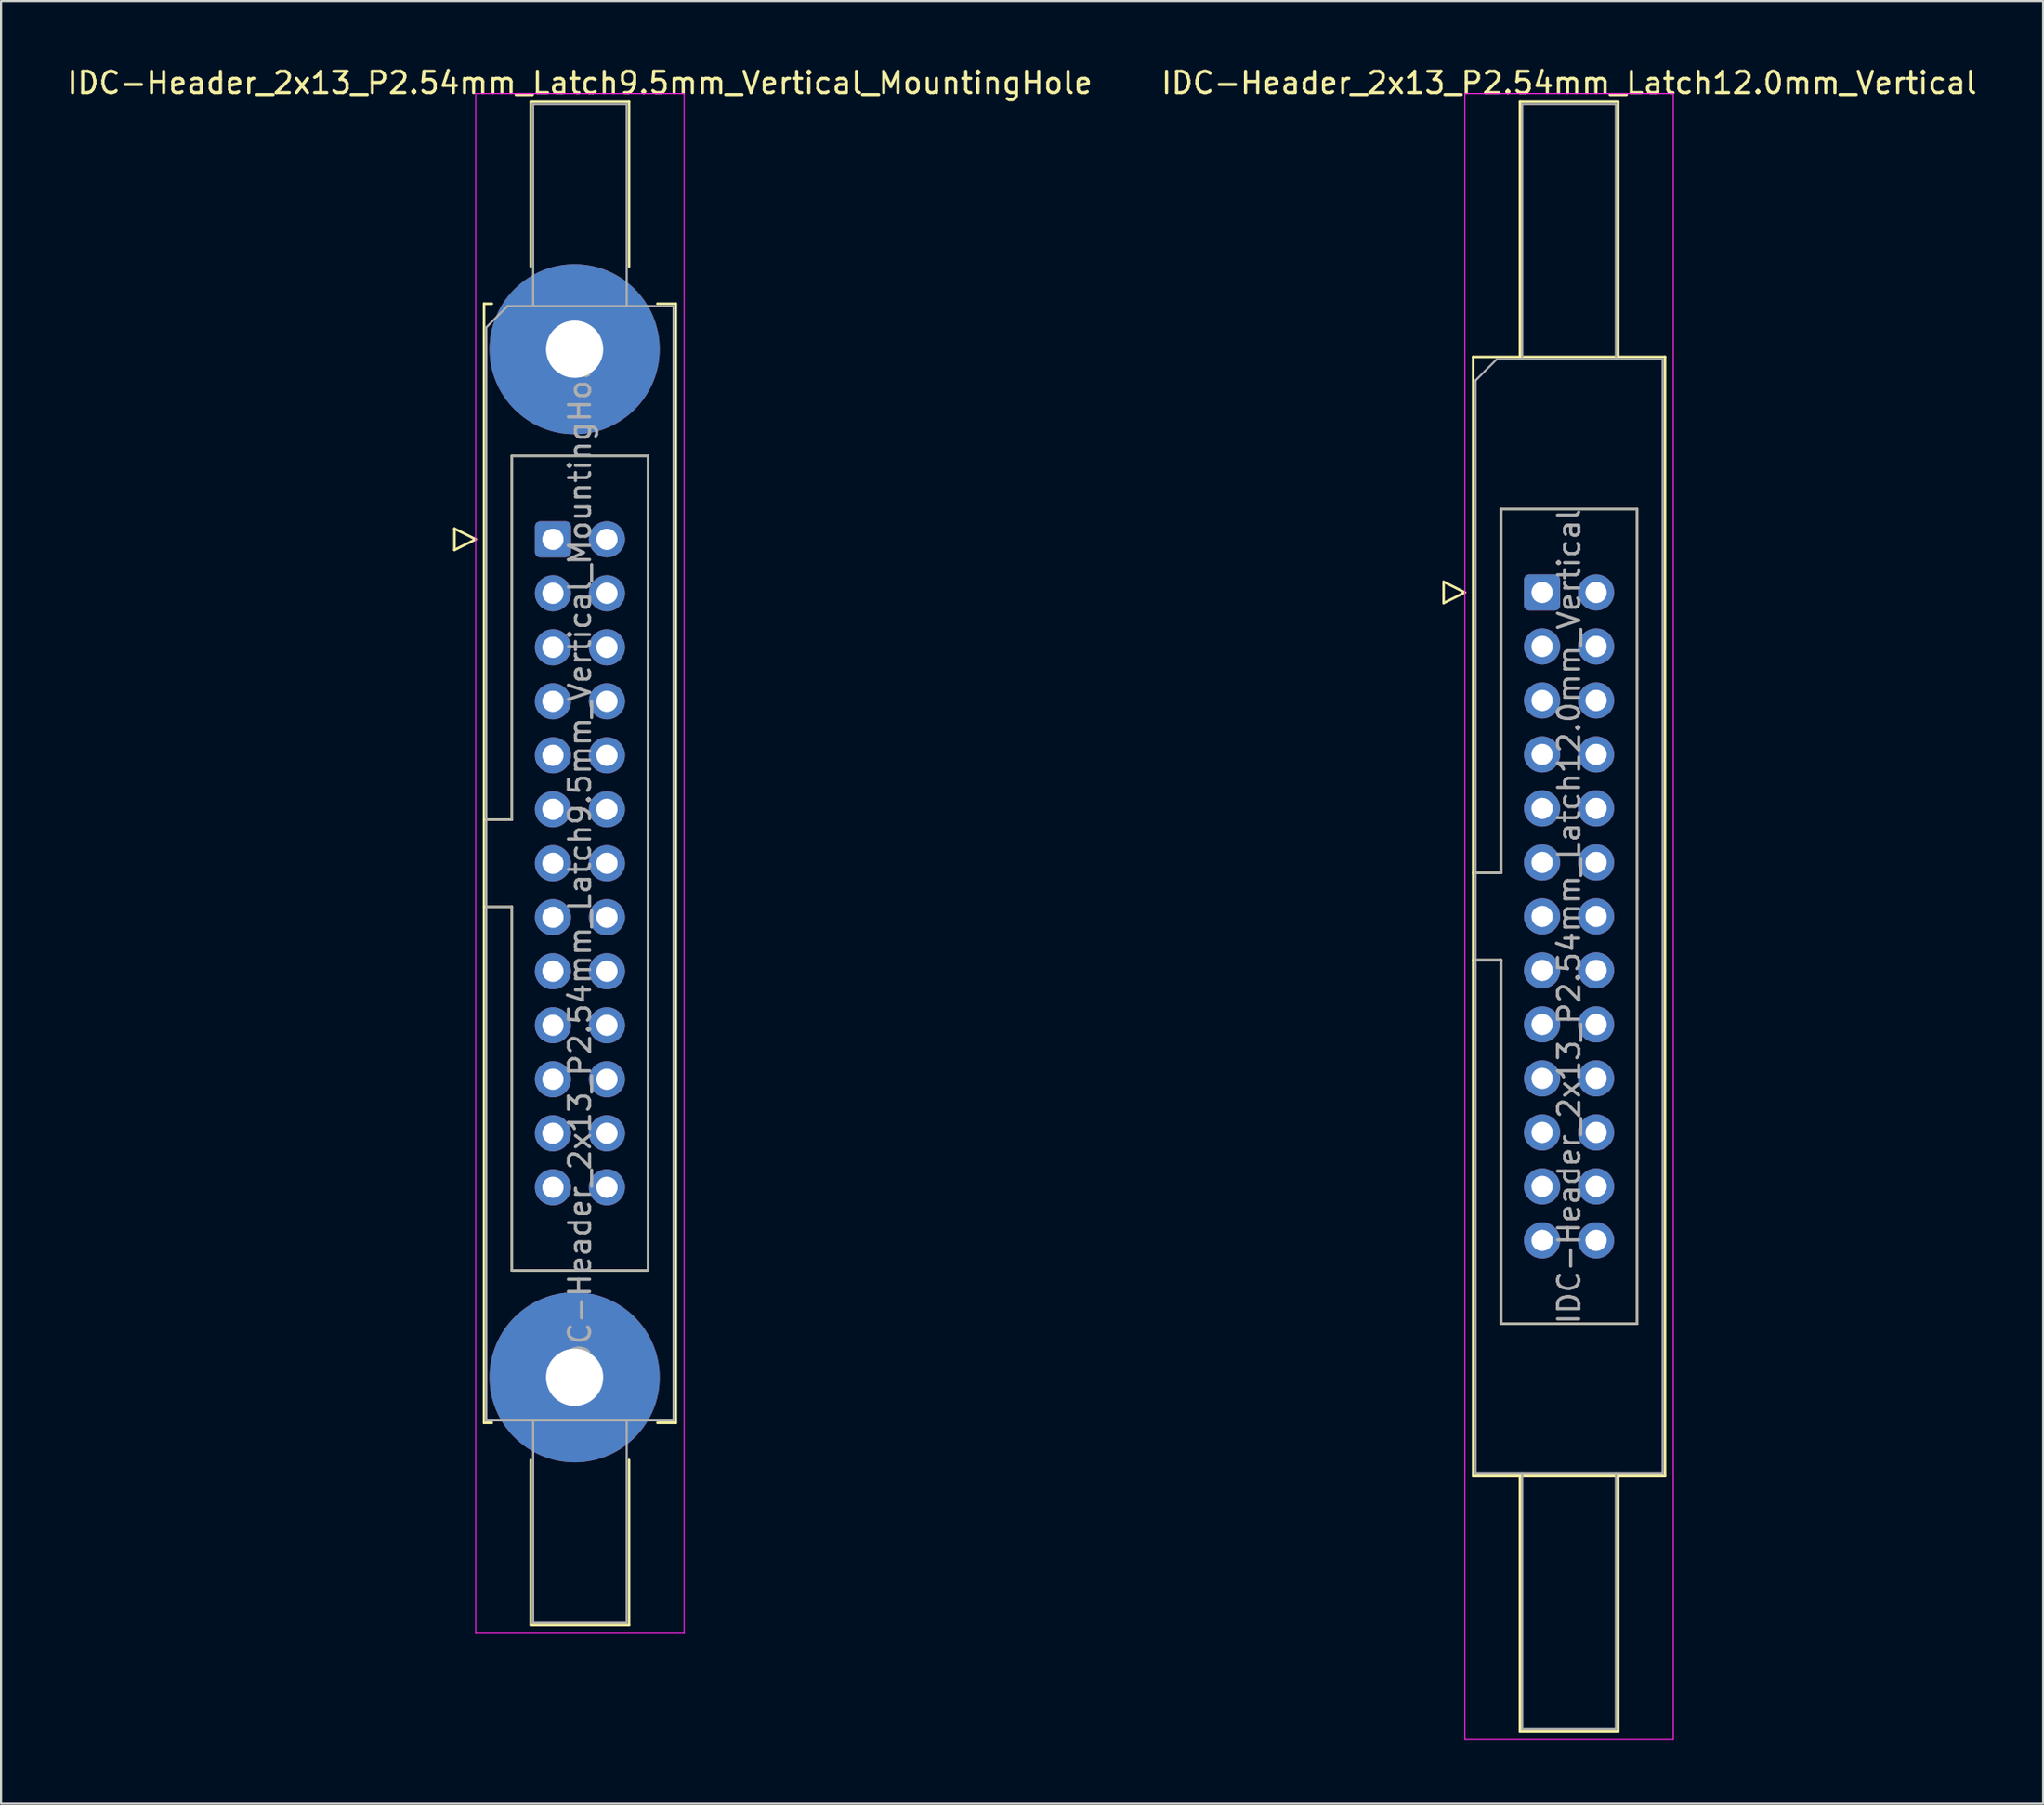
<source format=kicad_pcb>
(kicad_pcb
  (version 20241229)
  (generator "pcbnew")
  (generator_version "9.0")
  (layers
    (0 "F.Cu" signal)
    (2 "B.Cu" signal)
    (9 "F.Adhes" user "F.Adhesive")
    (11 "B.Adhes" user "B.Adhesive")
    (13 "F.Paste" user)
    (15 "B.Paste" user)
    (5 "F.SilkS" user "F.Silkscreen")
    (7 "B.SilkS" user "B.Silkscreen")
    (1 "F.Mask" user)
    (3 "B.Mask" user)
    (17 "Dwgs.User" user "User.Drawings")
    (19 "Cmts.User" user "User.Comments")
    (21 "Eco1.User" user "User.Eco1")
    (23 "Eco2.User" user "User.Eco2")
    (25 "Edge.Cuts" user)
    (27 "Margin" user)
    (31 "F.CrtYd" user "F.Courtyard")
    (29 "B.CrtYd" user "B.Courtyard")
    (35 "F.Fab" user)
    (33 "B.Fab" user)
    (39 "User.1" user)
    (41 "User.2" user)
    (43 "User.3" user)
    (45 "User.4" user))
  (footprint "IDC-Header_2x13_P2.54mm_Latch9.5mm_Vertical_MountingHole"
    (layer "F.Cu")
    (at 22.95 22.318)
    (property "Reference" "IDC-Header_2x13_P2.54mm_Latch9.5mm_Vertical_MountingHole" (at 1.27 -21.47 0) (layer "F.SilkS") (effects (font (size 1 1) (thickness 0.15))))
    (attr through_hole)
    (fp_line (start -4.63 -0.5) (end -4.63 0.5) (stroke (width 0.12) (type solid)) (layer "F.SilkS"))
    (fp_line (start -4.63 0.5) (end -3.63 0) (stroke (width 0.12) (type solid)) (layer "F.SilkS"))
    (fp_line (start -3.63 0) (end -4.63 -0.5) (stroke (width 0.12) (type solid)) (layer "F.SilkS"))
    (fp_line (start -3.24 -11.08) (end -3.24 41.56) (stroke (width 0.12) (type solid)) (layer "F.SilkS"))
    (fp_line (start -3.24 13.19) (end -1.93 13.19) (stroke (width 0.12) (type solid)) (layer "F.SilkS"))
    (fp_line (start -3.24 41.56) (end -2.87 41.56) (stroke (width 0.12) (type solid)) (layer "F.SilkS"))
    (fp_line (start -2.87 -11.08) (end -3.24 -11.08) (stroke (width 0.12) (type solid)) (layer "F.SilkS"))
    (fp_line (start -1.93 -3.92) (end 4.47 -3.92) (stroke (width 0.12) (type solid)) (layer "F.SilkS"))
    (fp_line (start -1.93 13.19) (end -1.93 -3.92) (stroke (width 0.12) (type solid)) (layer "F.SilkS"))
    (fp_line (start -1.93 17.29) (end -3.24 17.29) (stroke (width 0.12) (type solid)) (layer "F.SilkS"))
    (fp_line (start -1.93 17.29) (end -1.93 17.29) (stroke (width 0.12) (type solid)) (layer "F.SilkS"))
    (fp_line (start -1.93 34.4) (end -1.93 17.29) (stroke (width 0.12) (type solid)) (layer "F.SilkS"))
    (fp_line (start -1.04 -20.58) (end 3.58 -20.58) (stroke (width 0.12) (type solid)) (layer "F.SilkS"))
    (fp_line (start -1.04 -12.83) (end -1.04 -20.58) (stroke (width 0.12) (type solid)) (layer "F.SilkS"))
    (fp_line (start -1.04 43.31) (end -1.04 51.06) (stroke (width 0.12) (type solid)) (layer "F.SilkS"))
    (fp_line (start -1.04 51.06) (end 3.58 51.06) (stroke (width 0.12) (type solid)) (layer "F.SilkS"))
    (fp_line (start 3.58 -20.58) (end 3.58 -12.83) (stroke (width 0.12) (type solid)) (layer "F.SilkS"))
    (fp_line (start 3.58 51.06) (end 3.58 43.31) (stroke (width 0.12) (type solid)) (layer "F.SilkS"))
    (fp_line (start 4.47 -3.92) (end 4.47 34.4) (stroke (width 0.12) (type solid)) (layer "F.SilkS"))
    (fp_line (start 4.47 34.4) (end -1.93 34.4) (stroke (width 0.12) (type solid)) (layer "F.SilkS"))
    (fp_line (start 4.91 -11.08) (end 5.78 -11.08) (stroke (width 0.12) (type solid)) (layer "F.SilkS"))
    (fp_line (start 5.78 -11.08) (end 5.78 41.56) (stroke (width 0.12) (type solid)) (layer "F.SilkS"))
    (fp_line (start 5.78 41.56) (end 4.91 41.56) (stroke (width 0.12) (type solid)) (layer "F.SilkS"))
    (fp_line (start -3.63 -20.97) (end -3.63 51.45) (stroke (width 0.05) (type solid)) (layer "F.CrtYd"))
    (fp_line (start -3.63 51.45) (end 6.17 51.45) (stroke (width 0.05) (type solid)) (layer "F.CrtYd"))
    (fp_line (start 6.17 -20.97) (end -3.63 -20.97) (stroke (width 0.05) (type solid)) (layer "F.CrtYd"))
    (fp_line (start 6.17 51.45) (end 6.17 -20.97) (stroke (width 0.05) (type solid)) (layer "F.CrtYd"))
    (fp_line (start -3.13 -9.97) (end -2.13 -10.97) (stroke (width 0.1) (type solid)) (layer "F.Fab"))
    (fp_line (start -3.13 13.19) (end -1.93 13.19) (stroke (width 0.1) (type solid)) (layer "F.Fab"))
    (fp_line (start -3.13 41.45) (end -3.13 -9.97) (stroke (width 0.1) (type solid)) (layer "F.Fab"))
    (fp_line (start -2.13 -10.97) (end 5.67 -10.97) (stroke (width 0.1) (type solid)) (layer "F.Fab"))
    (fp_line (start -1.93 -3.92) (end 4.47 -3.92) (stroke (width 0.1) (type solid)) (layer "F.Fab"))
    (fp_line (start -1.93 13.19) (end -1.93 -3.92) (stroke (width 0.1) (type solid)) (layer "F.Fab"))
    (fp_line (start -1.93 17.29) (end -3.13 17.29) (stroke (width 0.1) (type solid)) (layer "F.Fab"))
    (fp_line (start -1.93 17.29) (end -1.93 17.29) (stroke (width 0.1) (type solid)) (layer "F.Fab"))
    (fp_line (start -1.93 34.4) (end -1.93 17.29) (stroke (width 0.1) (type solid)) (layer "F.Fab"))
    (fp_line (start -0.93 -20.47) (end 3.47 -20.47) (stroke (width 0.1) (type solid)) (layer "F.Fab"))
    (fp_line (start -0.93 -10.97) (end -0.93 -20.47) (stroke (width 0.1) (type solid)) (layer "F.Fab"))
    (fp_line (start -0.93 41.45) (end -0.93 50.95) (stroke (width 0.1) (type solid)) (layer "F.Fab"))
    (fp_line (start -0.93 50.95) (end 3.47 50.95) (stroke (width 0.1) (type solid)) (layer "F.Fab"))
    (fp_line (start 3.47 -20.47) (end 3.47 -10.97) (stroke (width 0.1) (type solid)) (layer "F.Fab"))
    (fp_line (start 3.47 50.95) (end 3.47 41.45) (stroke (width 0.1) (type solid)) (layer "F.Fab"))
    (fp_line (start 4.47 -3.92) (end 4.47 34.4) (stroke (width 0.1) (type solid)) (layer "F.Fab"))
    (fp_line (start 4.47 34.4) (end -1.93 34.4) (stroke (width 0.1) (type solid)) (layer "F.Fab"))
    (fp_line (start 5.67 -10.97) (end 5.67 41.45) (stroke (width 0.1) (type solid)) (layer "F.Fab"))
    (fp_line (start 5.67 41.45) (end -3.13 41.45) (stroke (width 0.1) (type solid)) (layer "F.Fab"))
    (fp_text user "${REFERENCE}" (at 1.27 15.24 90) (layer "F.Fab") (effects (font (size 1 1) (thickness 0.15))))
    (pad "" thru_hole circle (at 1.02 -8.94) (size 8 8) (drill 2.69) (layers "*.Cu" "*.Mask"))
    (pad "" thru_hole circle (at 1.02 39.42) (size 8 8) (drill 2.69) (layers "*.Cu" "*.Mask"))
    (pad "1" thru_hole roundrect (at 0 0) (size 1.7 1.7) (drill 1) (layers "*.Cu" "*.Mask") (roundrect_rratio 0.147))
    (pad "2" thru_hole circle (at 2.54 0) (size 1.7 1.7) (drill 1) (layers "*.Cu" "*.Mask"))
    (pad "3" thru_hole circle (at 0 2.54) (size 1.7 1.7) (drill 1) (layers "*.Cu" "*.Mask"))
    (pad "4" thru_hole circle (at 2.54 2.54) (size 1.7 1.7) (drill 1) (layers "*.Cu" "*.Mask"))
    (pad "5" thru_hole circle (at 0 5.08) (size 1.7 1.7) (drill 1) (layers "*.Cu" "*.Mask"))
    (pad "6" thru_hole circle (at 2.54 5.08) (size 1.7 1.7) (drill 1) (layers "*.Cu" "*.Mask"))
    (pad "7" thru_hole circle (at 0 7.62) (size 1.7 1.7) (drill 1) (layers "*.Cu" "*.Mask"))
    (pad "8" thru_hole circle (at 2.54 7.62) (size 1.7 1.7) (drill 1) (layers "*.Cu" "*.Mask"))
    (pad "9" thru_hole circle (at 0 10.16) (size 1.7 1.7) (drill 1) (layers "*.Cu" "*.Mask"))
    (pad "10" thru_hole circle (at 2.54 10.16) (size 1.7 1.7) (drill 1) (layers "*.Cu" "*.Mask"))
    (pad "11" thru_hole circle (at 0 12.7) (size 1.7 1.7) (drill 1) (layers "*.Cu" "*.Mask"))
    (pad "12" thru_hole circle (at 2.54 12.7) (size 1.7 1.7) (drill 1) (layers "*.Cu" "*.Mask"))
    (pad "13" thru_hole circle (at 0 15.24) (size 1.7 1.7) (drill 1) (layers "*.Cu" "*.Mask"))
    (pad "14" thru_hole circle (at 2.54 15.24) (size 1.7 1.7) (drill 1) (layers "*.Cu" "*.Mask"))
    (pad "15" thru_hole circle (at 0 17.78) (size 1.7 1.7) (drill 1) (layers "*.Cu" "*.Mask"))
    (pad "16" thru_hole circle (at 2.54 17.78) (size 1.7 1.7) (drill 1) (layers "*.Cu" "*.Mask"))
    (pad "17" thru_hole circle (at 0 20.32) (size 1.7 1.7) (drill 1) (layers "*.Cu" "*.Mask"))
    (pad "18" thru_hole circle (at 2.54 20.32) (size 1.7 1.7) (drill 1) (layers "*.Cu" "*.Mask"))
    (pad "19" thru_hole circle (at 0 22.86) (size 1.7 1.7) (drill 1) (layers "*.Cu" "*.Mask"))
    (pad "20" thru_hole circle (at 2.54 22.86) (size 1.7 1.7) (drill 1) (layers "*.Cu" "*.Mask"))
    (pad "21" thru_hole circle (at 0 25.4) (size 1.7 1.7) (drill 1) (layers "*.Cu" "*.Mask"))
    (pad "22" thru_hole circle (at 2.54 25.4) (size 1.7 1.7) (drill 1) (layers "*.Cu" "*.Mask"))
    (pad "23" thru_hole circle (at 0 27.94) (size 1.7 1.7) (drill 1) (layers "*.Cu" "*.Mask"))
    (pad "24" thru_hole circle (at 2.54 27.94) (size 1.7 1.7) (drill 1) (layers "*.Cu" "*.Mask"))
    (pad "25" thru_hole circle (at 0 30.48) (size 1.7 1.7) (drill 1) (layers "*.Cu" "*.Mask"))
    (pad "26" thru_hole circle (at 2.54 30.48) (size 1.7 1.7) (drill 1) (layers "*.Cu" "*.Mask")))
  (footprint "IDC-Header_2x13_P2.54mm_Latch12.0mm_Vertical"
    (layer "F.Cu")
    (at 69.462 24.818)
    (property "Reference" "IDC-Header_2x13_P2.54mm_Latch12.0mm_Vertical" (at 1.27 -23.97 0) (layer "F.SilkS") (effects (font (size 1 1) (thickness 0.15))))
    (attr through_hole)
    (fp_line (start -4.63 -0.5) (end -4.63 0.5) (stroke (width 0.12) (type solid)) (layer "F.SilkS"))
    (fp_line (start -4.63 0.5) (end -3.63 0) (stroke (width 0.12) (type solid)) (layer "F.SilkS"))
    (fp_line (start -3.63 0) (end -4.63 -0.5) (stroke (width 0.12) (type solid)) (layer "F.SilkS"))
    (fp_line (start -3.24 -11.08) (end 5.78 -11.08) (stroke (width 0.12) (type solid)) (layer "F.SilkS"))
    (fp_line (start -3.24 13.19) (end -1.93 13.19) (stroke (width 0.12) (type solid)) (layer "F.SilkS"))
    (fp_line (start -3.24 41.56) (end -3.24 -11.08) (stroke (width 0.12) (type solid)) (layer "F.SilkS"))
    (fp_line (start -1.93 -3.92) (end 4.47 -3.92) (stroke (width 0.12) (type solid)) (layer "F.SilkS"))
    (fp_line (start -1.93 13.19) (end -1.93 -3.92) (stroke (width 0.12) (type solid)) (layer "F.SilkS"))
    (fp_line (start -1.93 17.29) (end -3.24 17.29) (stroke (width 0.12) (type solid)) (layer "F.SilkS"))
    (fp_line (start -1.93 17.29) (end -1.93 17.29) (stroke (width 0.12) (type solid)) (layer "F.SilkS"))
    (fp_line (start -1.93 34.4) (end -1.93 17.29) (stroke (width 0.12) (type solid)) (layer "F.SilkS"))
    (fp_line (start -1.04 -23.08) (end 3.58 -23.08) (stroke (width 0.12) (type solid)) (layer "F.SilkS"))
    (fp_line (start -1.04 -11.08) (end -1.04 -23.08) (stroke (width 0.12) (type solid)) (layer "F.SilkS"))
    (fp_line (start -1.04 41.56) (end -1.04 53.56) (stroke (width 0.12) (type solid)) (layer "F.SilkS"))
    (fp_line (start -1.04 53.56) (end 3.58 53.56) (stroke (width 0.12) (type solid)) (layer "F.SilkS"))
    (fp_line (start 3.58 -23.08) (end 3.58 -11.08) (stroke (width 0.12) (type solid)) (layer "F.SilkS"))
    (fp_line (start 3.58 53.56) (end 3.58 41.56) (stroke (width 0.12) (type solid)) (layer "F.SilkS"))
    (fp_line (start 4.47 -3.92) (end 4.47 34.4) (stroke (width 0.12) (type solid)) (layer "F.SilkS"))
    (fp_line (start 4.47 34.4) (end -1.93 34.4) (stroke (width 0.12) (type solid)) (layer "F.SilkS"))
    (fp_line (start 5.78 -11.08) (end 5.78 41.56) (stroke (width 0.12) (type solid)) (layer "F.SilkS"))
    (fp_line (start 5.78 41.56) (end -3.24 41.56) (stroke (width 0.12) (type solid)) (layer "F.SilkS"))
    (fp_line (start -3.63 -23.47) (end -3.63 53.95) (stroke (width 0.05) (type solid)) (layer "F.CrtYd"))
    (fp_line (start -3.63 53.95) (end 6.17 53.95) (stroke (width 0.05) (type solid)) (layer "F.CrtYd"))
    (fp_line (start 6.17 -23.47) (end -3.63 -23.47) (stroke (width 0.05) (type solid)) (layer "F.CrtYd"))
    (fp_line (start 6.17 53.95) (end 6.17 -23.47) (stroke (width 0.05) (type solid)) (layer "F.CrtYd"))
    (fp_line (start -3.13 -9.97) (end -2.13 -10.97) (stroke (width 0.1) (type solid)) (layer "F.Fab"))
    (fp_line (start -3.13 13.19) (end -1.93 13.19) (stroke (width 0.1) (type solid)) (layer "F.Fab"))
    (fp_line (start -3.13 41.45) (end -3.13 -9.97) (stroke (width 0.1) (type solid)) (layer "F.Fab"))
    (fp_line (start -2.13 -10.97) (end 5.67 -10.97) (stroke (width 0.1) (type solid)) (layer "F.Fab"))
    (fp_line (start -1.93 -3.92) (end 4.47 -3.92) (stroke (width 0.1) (type solid)) (layer "F.Fab"))
    (fp_line (start -1.93 13.19) (end -1.93 -3.92) (stroke (width 0.1) (type solid)) (layer "F.Fab"))
    (fp_line (start -1.93 17.29) (end -3.13 17.29) (stroke (width 0.1) (type solid)) (layer "F.Fab"))
    (fp_line (start -1.93 17.29) (end -1.93 17.29) (stroke (width 0.1) (type solid)) (layer "F.Fab"))
    (fp_line (start -1.93 34.4) (end -1.93 17.29) (stroke (width 0.1) (type solid)) (layer "F.Fab"))
    (fp_line (start -0.93 -22.97) (end 3.47 -22.97) (stroke (width 0.1) (type solid)) (layer "F.Fab"))
    (fp_line (start -0.93 -10.97) (end -0.93 -22.97) (stroke (width 0.1) (type solid)) (layer "F.Fab"))
    (fp_line (start -0.93 41.45) (end -0.93 53.45) (stroke (width 0.1) (type solid)) (layer "F.Fab"))
    (fp_line (start -0.93 53.45) (end 3.47 53.45) (stroke (width 0.1) (type solid)) (layer "F.Fab"))
    (fp_line (start 3.47 -22.97) (end 3.47 -10.97) (stroke (width 0.1) (type solid)) (layer "F.Fab"))
    (fp_line (start 3.47 53.45) (end 3.47 41.45) (stroke (width 0.1) (type solid)) (layer "F.Fab"))
    (fp_line (start 4.47 -3.92) (end 4.47 34.4) (stroke (width 0.1) (type solid)) (layer "F.Fab"))
    (fp_line (start 4.47 34.4) (end -1.93 34.4) (stroke (width 0.1) (type solid)) (layer "F.Fab"))
    (fp_line (start 5.67 -10.97) (end 5.67 41.45) (stroke (width 0.1) (type solid)) (layer "F.Fab"))
    (fp_line (start 5.67 41.45) (end -3.13 41.45) (stroke (width 0.1) (type solid)) (layer "F.Fab"))
    (fp_text user "${REFERENCE}" (at 1.27 15.24 90) (layer "F.Fab") (effects (font (size 1 1) (thickness 0.15))))
    (pad "1" thru_hole roundrect (at 0 0) (size 1.7 1.7) (drill 1) (layers "*.Cu" "*.Mask") (roundrect_rratio 0.147))
    (pad "2" thru_hole circle (at 2.54 0) (size 1.7 1.7) (drill 1) (layers "*.Cu" "*.Mask"))
    (pad "3" thru_hole circle (at 0 2.54) (size 1.7 1.7) (drill 1) (layers "*.Cu" "*.Mask"))
    (pad "4" thru_hole circle (at 2.54 2.54) (size 1.7 1.7) (drill 1) (layers "*.Cu" "*.Mask"))
    (pad "5" thru_hole circle (at 0 5.08) (size 1.7 1.7) (drill 1) (layers "*.Cu" "*.Mask"))
    (pad "6" thru_hole circle (at 2.54 5.08) (size 1.7 1.7) (drill 1) (layers "*.Cu" "*.Mask"))
    (pad "7" thru_hole circle (at 0 7.62) (size 1.7 1.7) (drill 1) (layers "*.Cu" "*.Mask"))
    (pad "8" thru_hole circle (at 2.54 7.62) (size 1.7 1.7) (drill 1) (layers "*.Cu" "*.Mask"))
    (pad "9" thru_hole circle (at 0 10.16) (size 1.7 1.7) (drill 1) (layers "*.Cu" "*.Mask"))
    (pad "10" thru_hole circle (at 2.54 10.16) (size 1.7 1.7) (drill 1) (layers "*.Cu" "*.Mask"))
    (pad "11" thru_hole circle (at 0 12.7) (size 1.7 1.7) (drill 1) (layers "*.Cu" "*.Mask"))
    (pad "12" thru_hole circle (at 2.54 12.7) (size 1.7 1.7) (drill 1) (layers "*.Cu" "*.Mask"))
    (pad "13" thru_hole circle (at 0 15.24) (size 1.7 1.7) (drill 1) (layers "*.Cu" "*.Mask"))
    (pad "14" thru_hole circle (at 2.54 15.24) (size 1.7 1.7) (drill 1) (layers "*.Cu" "*.Mask"))
    (pad "15" thru_hole circle (at 0 17.78) (size 1.7 1.7) (drill 1) (layers "*.Cu" "*.Mask"))
    (pad "16" thru_hole circle (at 2.54 17.78) (size 1.7 1.7) (drill 1) (layers "*.Cu" "*.Mask"))
    (pad "17" thru_hole circle (at 0 20.32) (size 1.7 1.7) (drill 1) (layers "*.Cu" "*.Mask"))
    (pad "18" thru_hole circle (at 2.54 20.32) (size 1.7 1.7) (drill 1) (layers "*.Cu" "*.Mask"))
    (pad "19" thru_hole circle (at 0 22.86) (size 1.7 1.7) (drill 1) (layers "*.Cu" "*.Mask"))
    (pad "20" thru_hole circle (at 2.54 22.86) (size 1.7 1.7) (drill 1) (layers "*.Cu" "*.Mask"))
    (pad "21" thru_hole circle (at 0 25.4) (size 1.7 1.7) (drill 1) (layers "*.Cu" "*.Mask"))
    (pad "22" thru_hole circle (at 2.54 25.4) (size 1.7 1.7) (drill 1) (layers "*.Cu" "*.Mask"))
    (pad "23" thru_hole circle (at 0 27.94) (size 1.7 1.7) (drill 1) (layers "*.Cu" "*.Mask"))
    (pad "24" thru_hole circle (at 2.54 27.94) (size 1.7 1.7) (drill 1) (layers "*.Cu" "*.Mask"))
    (pad "25" thru_hole circle (at 0 30.48) (size 1.7 1.7) (drill 1) (layers "*.Cu" "*.Mask"))
    (pad "26" thru_hole circle (at 2.54 30.48) (size 1.7 1.7) (drill 1) (layers "*.Cu" "*.Mask")))
  (gr_rect
    (start -3 -3)
    (end 93.024 81.793)
    (stroke (width 0.1) (type default))
    (fill no)
    (layer "Edge.Cuts")))
</source>
